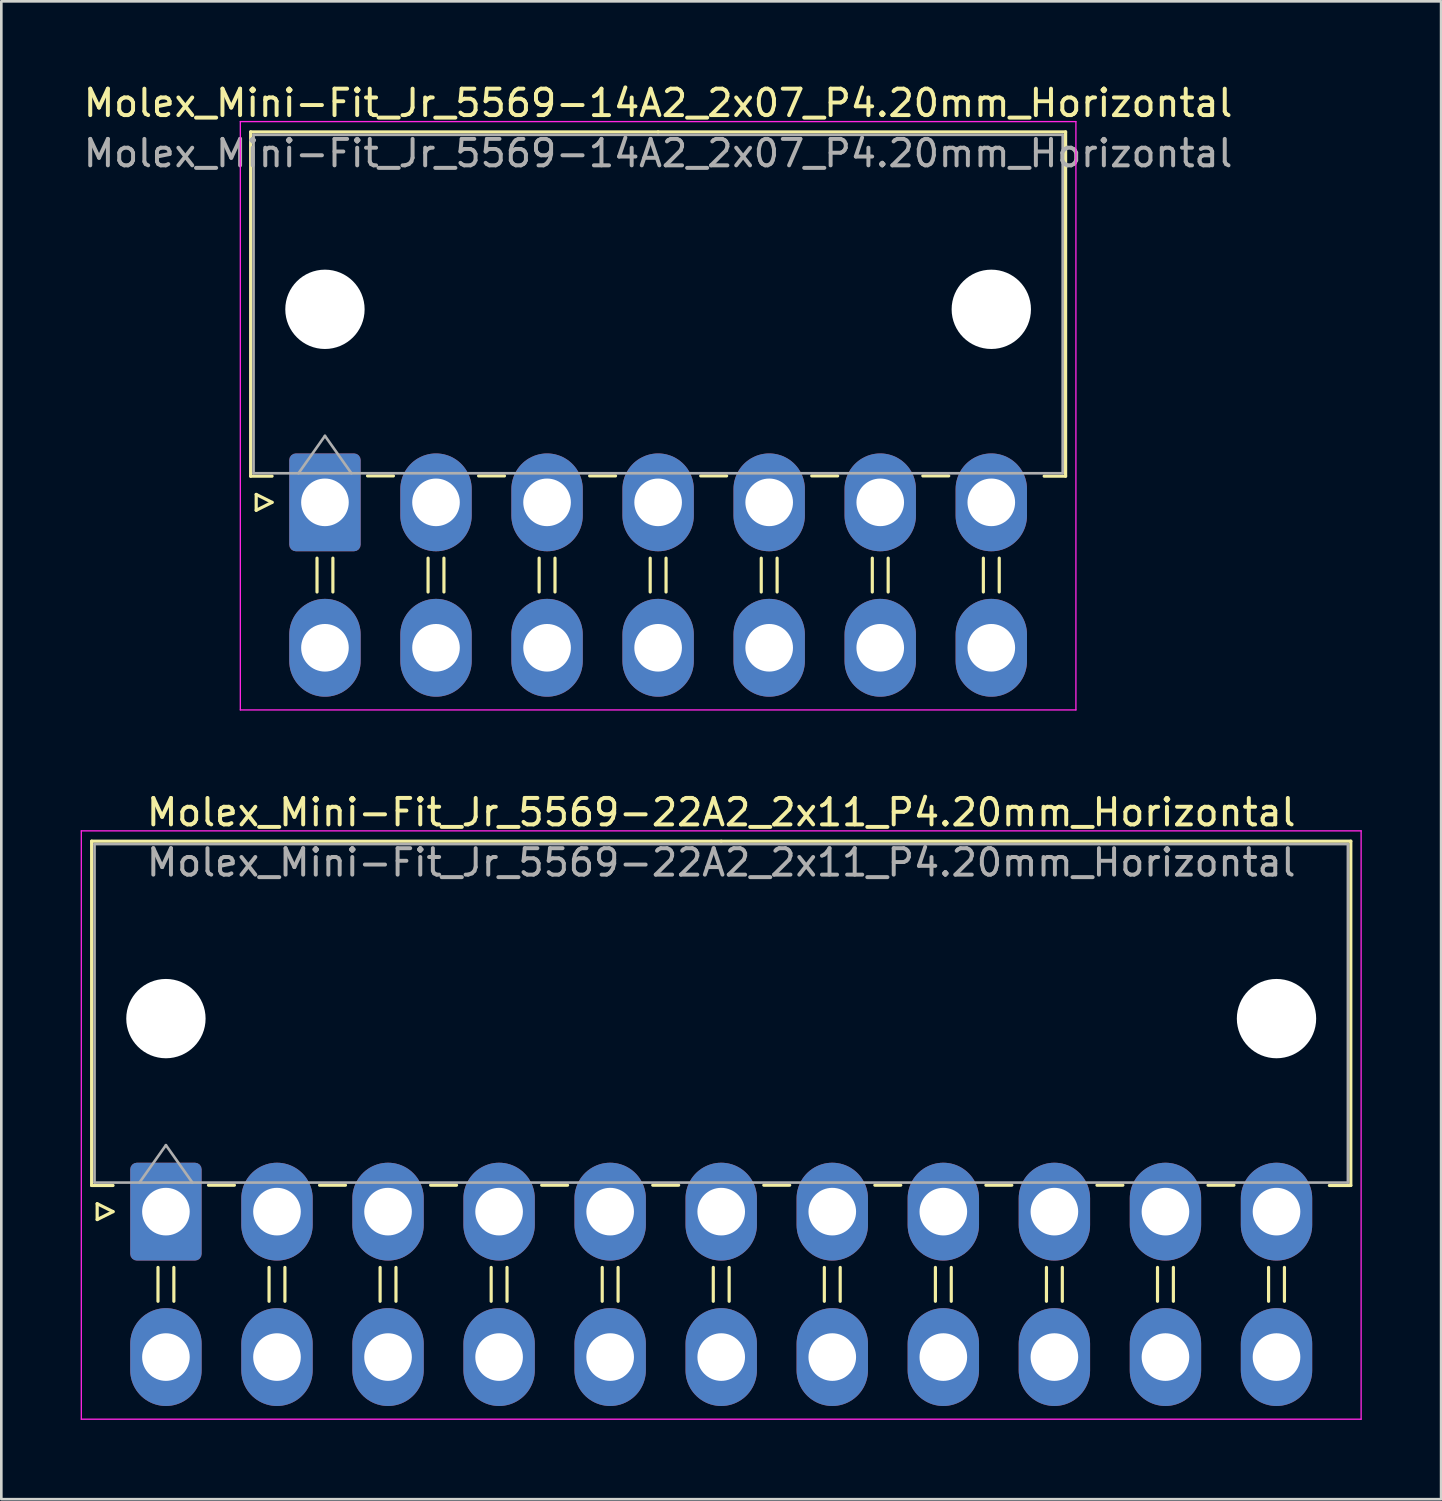
<source format=kicad_pcb>
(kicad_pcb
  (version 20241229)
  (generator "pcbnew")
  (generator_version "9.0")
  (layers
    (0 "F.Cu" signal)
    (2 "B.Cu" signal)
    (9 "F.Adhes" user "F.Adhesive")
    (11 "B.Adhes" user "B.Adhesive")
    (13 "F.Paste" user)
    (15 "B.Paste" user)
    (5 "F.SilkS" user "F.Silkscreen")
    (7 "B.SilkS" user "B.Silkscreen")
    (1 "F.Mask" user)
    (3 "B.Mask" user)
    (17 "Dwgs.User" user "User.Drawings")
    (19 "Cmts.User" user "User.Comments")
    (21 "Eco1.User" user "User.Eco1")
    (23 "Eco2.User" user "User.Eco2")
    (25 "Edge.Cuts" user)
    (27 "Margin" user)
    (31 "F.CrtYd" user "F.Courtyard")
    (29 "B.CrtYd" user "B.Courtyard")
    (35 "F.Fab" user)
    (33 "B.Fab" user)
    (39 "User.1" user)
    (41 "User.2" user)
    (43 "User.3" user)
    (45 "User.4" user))
  (footprint "Molex_Mini-Fit_Jr_5569-22A2_2x11_P4.20mm_Horizontal"
    (layer "F.Cu")
    (at 3.225 42.772)
    (property "Reference" "Molex_Mini-Fit_Jr_5569-22A2_2x11_P4.20mm_Horizontal" (at 21 -15.1 0) (layer "F.SilkS") (effects (font (size 1 1) (thickness 0.15))))
    (attr through_hole)
    (fp_line (start -2.81 -14.01) (end 21 -14.01) (stroke (width 0.12) (type solid)) (layer "F.SilkS"))
    (fp_line (start -2.81 -0.99) (end -2.81 -14.01) (stroke (width 0.12) (type solid)) (layer "F.SilkS"))
    (fp_line (start -2.6 -0.3) (end -2 0) (stroke (width 0.12) (type solid)) (layer "F.SilkS"))
    (fp_line (start -2.6 0.3) (end -2.6 -0.3) (stroke (width 0.12) (type solid)) (layer "F.SilkS"))
    (fp_line (start -2 -0.99) (end -2.81 -0.99) (stroke (width 0.12) (type solid)) (layer "F.SilkS"))
    (fp_line (start -2 0) (end -2.6 0.3) (stroke (width 0.12) (type solid)) (layer "F.SilkS"))
    (fp_line (start -0.3 2.11) (end -0.3 3.39) (stroke (width 0.12) (type solid)) (layer "F.SilkS"))
    (fp_line (start 0.3 2.11) (end 0.3 3.39) (stroke (width 0.12) (type solid)) (layer "F.SilkS"))
    (fp_line (start 1.61 -1) (end 2.59 -1) (stroke (width 0.12) (type solid)) (layer "F.SilkS"))
    (fp_line (start 3.9 2.11) (end 3.9 3.39) (stroke (width 0.12) (type solid)) (layer "F.SilkS"))
    (fp_line (start 4.5 2.11) (end 4.5 3.39) (stroke (width 0.12) (type solid)) (layer "F.SilkS"))
    (fp_line (start 5.81 -1) (end 6.79 -1) (stroke (width 0.12) (type solid)) (layer "F.SilkS"))
    (fp_line (start 8.1 2.11) (end 8.1 3.39) (stroke (width 0.12) (type solid)) (layer "F.SilkS"))
    (fp_line (start 8.7 2.11) (end 8.7 3.39) (stroke (width 0.12) (type solid)) (layer "F.SilkS"))
    (fp_line (start 10.01 -1) (end 10.99 -1) (stroke (width 0.12) (type solid)) (layer "F.SilkS"))
    (fp_line (start 12.3 2.11) (end 12.3 3.39) (stroke (width 0.12) (type solid)) (layer "F.SilkS"))
    (fp_line (start 12.9 2.11) (end 12.9 3.39) (stroke (width 0.12) (type solid)) (layer "F.SilkS"))
    (fp_line (start 14.21 -1) (end 15.19 -1) (stroke (width 0.12) (type solid)) (layer "F.SilkS"))
    (fp_line (start 16.5 2.11) (end 16.5 3.39) (stroke (width 0.12) (type solid)) (layer "F.SilkS"))
    (fp_line (start 17.1 2.11) (end 17.1 3.39) (stroke (width 0.12) (type solid)) (layer "F.SilkS"))
    (fp_line (start 18.41 -1) (end 19.39 -1) (stroke (width 0.12) (type solid)) (layer "F.SilkS"))
    (fp_line (start 20.7 2.11) (end 20.7 3.39) (stroke (width 0.12) (type solid)) (layer "F.SilkS"))
    (fp_line (start 21.3 2.11) (end 21.3 3.39) (stroke (width 0.12) (type solid)) (layer "F.SilkS"))
    (fp_line (start 22.61 -1) (end 23.59 -1) (stroke (width 0.12) (type solid)) (layer "F.SilkS"))
    (fp_line (start 24.9 2.11) (end 24.9 3.39) (stroke (width 0.12) (type solid)) (layer "F.SilkS"))
    (fp_line (start 25.5 2.11) (end 25.5 3.39) (stroke (width 0.12) (type solid)) (layer "F.SilkS"))
    (fp_line (start 26.81 -1) (end 27.79 -1) (stroke (width 0.12) (type solid)) (layer "F.SilkS"))
    (fp_line (start 29.1 2.11) (end 29.1 3.39) (stroke (width 0.12) (type solid)) (layer "F.SilkS"))
    (fp_line (start 29.7 2.11) (end 29.7 3.39) (stroke (width 0.12) (type solid)) (layer "F.SilkS"))
    (fp_line (start 31.01 -1) (end 31.99 -1) (stroke (width 0.12) (type solid)) (layer "F.SilkS"))
    (fp_line (start 33.3 2.11) (end 33.3 3.39) (stroke (width 0.12) (type solid)) (layer "F.SilkS"))
    (fp_line (start 33.9 2.11) (end 33.9 3.39) (stroke (width 0.12) (type solid)) (layer "F.SilkS"))
    (fp_line (start 35.21 -1) (end 36.19 -1) (stroke (width 0.12) (type solid)) (layer "F.SilkS"))
    (fp_line (start 37.5 2.11) (end 37.5 3.39) (stroke (width 0.12) (type solid)) (layer "F.SilkS"))
    (fp_line (start 38.1 2.11) (end 38.1 3.39) (stroke (width 0.12) (type solid)) (layer "F.SilkS"))
    (fp_line (start 39.41 -1) (end 40.39 -1) (stroke (width 0.12) (type solid)) (layer "F.SilkS"))
    (fp_line (start 41.7 2.11) (end 41.7 3.39) (stroke (width 0.12) (type solid)) (layer "F.SilkS"))
    (fp_line (start 42.3 2.11) (end 42.3 3.39) (stroke (width 0.12) (type solid)) (layer "F.SilkS"))
    (fp_line (start 44 -0.99) (end 44.81 -0.99) (stroke (width 0.12) (type solid)) (layer "F.SilkS"))
    (fp_line (start 44.81 -14.01) (end 21 -14.01) (stroke (width 0.12) (type solid)) (layer "F.SilkS"))
    (fp_line (start 44.81 -0.99) (end 44.81 -14.01) (stroke (width 0.12) (type solid)) (layer "F.SilkS"))
    (fp_line (start -3.2 -14.4) (end -3.2 7.85) (stroke (width 0.05) (type solid)) (layer "F.CrtYd"))
    (fp_line (start -3.2 7.85) (end 45.2 7.85) (stroke (width 0.05) (type solid)) (layer "F.CrtYd"))
    (fp_line (start 45.2 -14.4) (end -3.2 -14.4) (stroke (width 0.05) (type solid)) (layer "F.CrtYd"))
    (fp_line (start 45.2 7.85) (end 45.2 -14.4) (stroke (width 0.05) (type solid)) (layer "F.CrtYd"))
    (fp_line (start -2.7 -13.9) (end -2.7 -1.1) (stroke (width 0.1) (type solid)) (layer "F.Fab"))
    (fp_line (start -2.7 -1.1) (end 44.7 -1.1) (stroke (width 0.1) (type solid)) (layer "F.Fab"))
    (fp_line (start -1 -1.1) (end 0 -2.514) (stroke (width 0.1) (type solid)) (layer "F.Fab"))
    (fp_line (start 0 -2.514) (end 1 -1.1) (stroke (width 0.1) (type solid)) (layer "F.Fab"))
    (fp_line (start 44.7 -13.9) (end -2.7 -13.9) (stroke (width 0.1) (type solid)) (layer "F.Fab"))
    (fp_line (start 44.7 -1.1) (end 44.7 -13.9) (stroke (width 0.1) (type solid)) (layer "F.Fab"))
    (fp_text user "${REFERENCE}" (at 21 -13.2 0) (layer "F.Fab") (effects (font (size 1 1) (thickness 0.15))))
    (pad "" np_thru_hole circle (at 0 -7.3) (size 3 3) (drill 3) (layers "*.Cu" "*.Mask"))
    (pad "" np_thru_hole circle (at 42 -7.3) (size 3 3) (drill 3) (layers "*.Cu" "*.Mask"))
    (pad "1" thru_hole roundrect (at 0 0) (size 2.7 3.7) (drill 1.8) (layers "*.Cu" "*.Mask") (roundrect_rratio 0.093))
    (pad "2" thru_hole oval (at 4.2 0) (size 2.7 3.7) (drill 1.8) (layers "*.Cu" "*.Mask"))
    (pad "3" thru_hole oval (at 8.4 0) (size 2.7 3.7) (drill 1.8) (layers "*.Cu" "*.Mask"))
    (pad "4" thru_hole oval (at 12.6 0) (size 2.7 3.7) (drill 1.8) (layers "*.Cu" "*.Mask"))
    (pad "5" thru_hole oval (at 16.8 0) (size 2.7 3.7) (drill 1.8) (layers "*.Cu" "*.Mask"))
    (pad "6" thru_hole oval (at 21 0) (size 2.7 3.7) (drill 1.8) (layers "*.Cu" "*.Mask"))
    (pad "7" thru_hole oval (at 25.2 0) (size 2.7 3.7) (drill 1.8) (layers "*.Cu" "*.Mask"))
    (pad "8" thru_hole oval (at 29.4 0) (size 2.7 3.7) (drill 1.8) (layers "*.Cu" "*.Mask"))
    (pad "9" thru_hole oval (at 33.6 0) (size 2.7 3.7) (drill 1.8) (layers "*.Cu" "*.Mask"))
    (pad "10" thru_hole oval (at 37.8 0) (size 2.7 3.7) (drill 1.8) (layers "*.Cu" "*.Mask"))
    (pad "11" thru_hole oval (at 42 0) (size 2.7 3.7) (drill 1.8) (layers "*.Cu" "*.Mask"))
    (pad "12" thru_hole oval (at 0 5.5) (size 2.7 3.7) (drill 1.8) (layers "*.Cu" "*.Mask"))
    (pad "13" thru_hole oval (at 4.2 5.5) (size 2.7 3.7) (drill 1.8) (layers "*.Cu" "*.Mask"))
    (pad "14" thru_hole oval (at 8.4 5.5) (size 2.7 3.7) (drill 1.8) (layers "*.Cu" "*.Mask"))
    (pad "15" thru_hole oval (at 12.6 5.5) (size 2.7 3.7) (drill 1.8) (layers "*.Cu" "*.Mask"))
    (pad "16" thru_hole oval (at 16.8 5.5) (size 2.7 3.7) (drill 1.8) (layers "*.Cu" "*.Mask"))
    (pad "17" thru_hole oval (at 21 5.5) (size 2.7 3.7) (drill 1.8) (layers "*.Cu" "*.Mask"))
    (pad "18" thru_hole oval (at 25.2 5.5) (size 2.7 3.7) (drill 1.8) (layers "*.Cu" "*.Mask"))
    (pad "19" thru_hole oval (at 29.4 5.5) (size 2.7 3.7) (drill 1.8) (layers "*.Cu" "*.Mask"))
    (pad "20" thru_hole oval (at 33.6 5.5) (size 2.7 3.7) (drill 1.8) (layers "*.Cu" "*.Mask"))
    (pad "21" thru_hole oval (at 37.8 5.5) (size 2.7 3.7) (drill 1.8) (layers "*.Cu" "*.Mask"))
    (pad "22" thru_hole oval (at 42 5.5) (size 2.7 3.7) (drill 1.8) (layers "*.Cu" "*.Mask")))
  (footprint "Molex_Mini-Fit_Jr_5569-14A2_2x07_P4.20mm_Horizontal"
    (layer "F.Cu")
    (at 9.239 15.948)
    (property "Reference" "Molex_Mini-Fit_Jr_5569-14A2_2x07_P4.20mm_Horizontal" (at 12.6 -15.1 0) (layer "F.SilkS") (effects (font (size 1 1) (thickness 0.15))))
    (attr through_hole)
    (fp_line (start -2.81 -14.01) (end 12.6 -14.01) (stroke (width 0.12) (type solid)) (layer "F.SilkS"))
    (fp_line (start -2.81 -0.99) (end -2.81 -14.01) (stroke (width 0.12) (type solid)) (layer "F.SilkS"))
    (fp_line (start -2.6 -0.3) (end -2 0) (stroke (width 0.12) (type solid)) (layer "F.SilkS"))
    (fp_line (start -2.6 0.3) (end -2.6 -0.3) (stroke (width 0.12) (type solid)) (layer "F.SilkS"))
    (fp_line (start -2 -0.99) (end -2.81 -0.99) (stroke (width 0.12) (type solid)) (layer "F.SilkS"))
    (fp_line (start -2 0) (end -2.6 0.3) (stroke (width 0.12) (type solid)) (layer "F.SilkS"))
    (fp_line (start -0.3 2.11) (end -0.3 3.39) (stroke (width 0.12) (type solid)) (layer "F.SilkS"))
    (fp_line (start 0.3 2.11) (end 0.3 3.39) (stroke (width 0.12) (type solid)) (layer "F.SilkS"))
    (fp_line (start 1.61 -1) (end 2.59 -1) (stroke (width 0.12) (type solid)) (layer "F.SilkS"))
    (fp_line (start 3.9 2.11) (end 3.9 3.39) (stroke (width 0.12) (type solid)) (layer "F.SilkS"))
    (fp_line (start 4.5 2.11) (end 4.5 3.39) (stroke (width 0.12) (type solid)) (layer "F.SilkS"))
    (fp_line (start 5.81 -1) (end 6.79 -1) (stroke (width 0.12) (type solid)) (layer "F.SilkS"))
    (fp_line (start 8.1 2.11) (end 8.1 3.39) (stroke (width 0.12) (type solid)) (layer "F.SilkS"))
    (fp_line (start 8.7 2.11) (end 8.7 3.39) (stroke (width 0.12) (type solid)) (layer "F.SilkS"))
    (fp_line (start 10.01 -1) (end 10.99 -1) (stroke (width 0.12) (type solid)) (layer "F.SilkS"))
    (fp_line (start 12.3 2.11) (end 12.3 3.39) (stroke (width 0.12) (type solid)) (layer "F.SilkS"))
    (fp_line (start 12.9 2.11) (end 12.9 3.39) (stroke (width 0.12) (type solid)) (layer "F.SilkS"))
    (fp_line (start 14.21 -1) (end 15.19 -1) (stroke (width 0.12) (type solid)) (layer "F.SilkS"))
    (fp_line (start 16.5 2.11) (end 16.5 3.39) (stroke (width 0.12) (type solid)) (layer "F.SilkS"))
    (fp_line (start 17.1 2.11) (end 17.1 3.39) (stroke (width 0.12) (type solid)) (layer "F.SilkS"))
    (fp_line (start 18.41 -1) (end 19.39 -1) (stroke (width 0.12) (type solid)) (layer "F.SilkS"))
    (fp_line (start 20.7 2.11) (end 20.7 3.39) (stroke (width 0.12) (type solid)) (layer "F.SilkS"))
    (fp_line (start 21.3 2.11) (end 21.3 3.39) (stroke (width 0.12) (type solid)) (layer "F.SilkS"))
    (fp_line (start 22.61 -1) (end 23.59 -1) (stroke (width 0.12) (type solid)) (layer "F.SilkS"))
    (fp_line (start 24.9 2.11) (end 24.9 3.39) (stroke (width 0.12) (type solid)) (layer "F.SilkS"))
    (fp_line (start 25.5 2.11) (end 25.5 3.39) (stroke (width 0.12) (type solid)) (layer "F.SilkS"))
    (fp_line (start 27.2 -0.99) (end 28.01 -0.99) (stroke (width 0.12) (type solid)) (layer "F.SilkS"))
    (fp_line (start 28.01 -14.01) (end 12.6 -14.01) (stroke (width 0.12) (type solid)) (layer "F.SilkS"))
    (fp_line (start 28.01 -0.99) (end 28.01 -14.01) (stroke (width 0.12) (type solid)) (layer "F.SilkS"))
    (fp_line (start -3.2 -14.4) (end -3.2 7.85) (stroke (width 0.05) (type solid)) (layer "F.CrtYd"))
    (fp_line (start -3.2 7.85) (end 28.4 7.85) (stroke (width 0.05) (type solid)) (layer "F.CrtYd"))
    (fp_line (start 28.4 -14.4) (end -3.2 -14.4) (stroke (width 0.05) (type solid)) (layer "F.CrtYd"))
    (fp_line (start 28.4 7.85) (end 28.4 -14.4) (stroke (width 0.05) (type solid)) (layer "F.CrtYd"))
    (fp_line (start -2.7 -13.9) (end -2.7 -1.1) (stroke (width 0.1) (type solid)) (layer "F.Fab"))
    (fp_line (start -2.7 -1.1) (end 27.9 -1.1) (stroke (width 0.1) (type solid)) (layer "F.Fab"))
    (fp_line (start -1 -1.1) (end 0 -2.514) (stroke (width 0.1) (type solid)) (layer "F.Fab"))
    (fp_line (start 0 -2.514) (end 1 -1.1) (stroke (width 0.1) (type solid)) (layer "F.Fab"))
    (fp_line (start 27.9 -13.9) (end -2.7 -13.9) (stroke (width 0.1) (type solid)) (layer "F.Fab"))
    (fp_line (start 27.9 -1.1) (end 27.9 -13.9) (stroke (width 0.1) (type solid)) (layer "F.Fab"))
    (fp_text user "${REFERENCE}" (at 12.6 -13.2 0) (layer "F.Fab") (effects (font (size 1 1) (thickness 0.15))))
    (pad "" np_thru_hole circle (at 0 -7.3) (size 3 3) (drill 3) (layers "*.Cu" "*.Mask"))
    (pad "" np_thru_hole circle (at 25.2 -7.3) (size 3 3) (drill 3) (layers "*.Cu" "*.Mask"))
    (pad "1" thru_hole roundrect (at 0 0) (size 2.7 3.7) (drill 1.8) (layers "*.Cu" "*.Mask") (roundrect_rratio 0.093))
    (pad "2" thru_hole oval (at 4.2 0) (size 2.7 3.7) (drill 1.8) (layers "*.Cu" "*.Mask"))
    (pad "3" thru_hole oval (at 8.4 0) (size 2.7 3.7) (drill 1.8) (layers "*.Cu" "*.Mask"))
    (pad "4" thru_hole oval (at 12.6 0) (size 2.7 3.7) (drill 1.8) (layers "*.Cu" "*.Mask"))
    (pad "5" thru_hole oval (at 16.8 0) (size 2.7 3.7) (drill 1.8) (layers "*.Cu" "*.Mask"))
    (pad "6" thru_hole oval (at 21 0) (size 2.7 3.7) (drill 1.8) (layers "*.Cu" "*.Mask"))
    (pad "7" thru_hole oval (at 25.2 0) (size 2.7 3.7) (drill 1.8) (layers "*.Cu" "*.Mask"))
    (pad "8" thru_hole oval (at 0 5.5) (size 2.7 3.7) (drill 1.8) (layers "*.Cu" "*.Mask"))
    (pad "9" thru_hole oval (at 4.2 5.5) (size 2.7 3.7) (drill 1.8) (layers "*.Cu" "*.Mask"))
    (pad "10" thru_hole oval (at 8.4 5.5) (size 2.7 3.7) (drill 1.8) (layers "*.Cu" "*.Mask"))
    (pad "11" thru_hole oval (at 12.6 5.5) (size 2.7 3.7) (drill 1.8) (layers "*.Cu" "*.Mask"))
    (pad "12" thru_hole oval (at 16.8 5.5) (size 2.7 3.7) (drill 1.8) (layers "*.Cu" "*.Mask"))
    (pad "13" thru_hole oval (at 21 5.5) (size 2.7 3.7) (drill 1.8) (layers "*.Cu" "*.Mask"))
    (pad "14" thru_hole oval (at 25.2 5.5) (size 2.7 3.7) (drill 1.8) (layers "*.Cu" "*.Mask")))
  (gr_rect
    (start -3 -3)
    (end 51.45 53.647)
    (stroke (width 0.1) (type default))
    (fill no)
    (layer "Edge.Cuts")))
</source>
